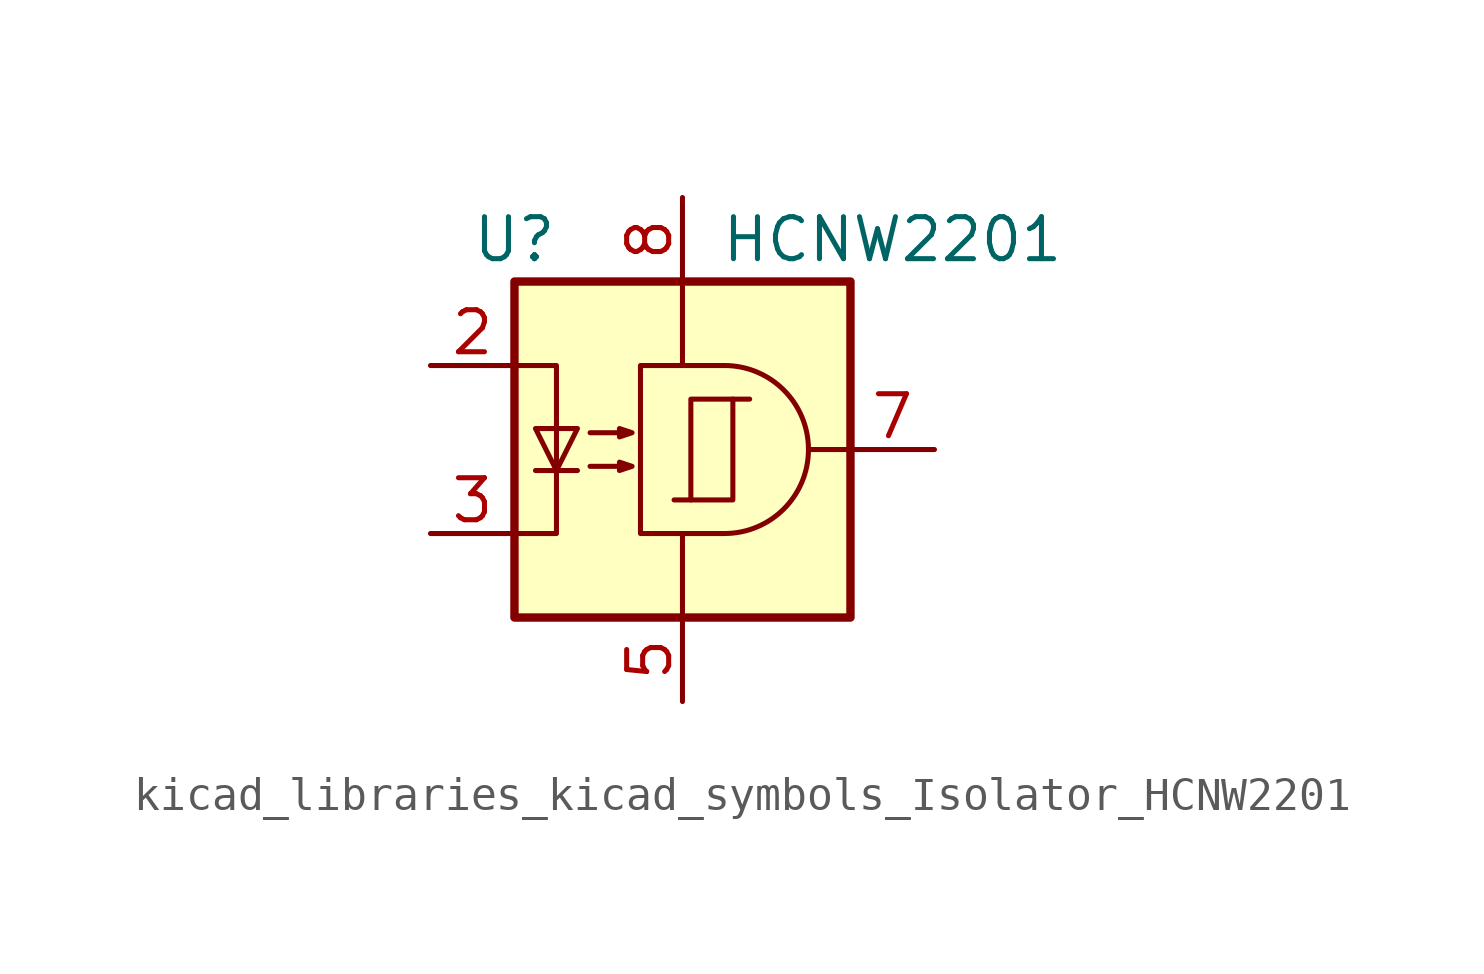
<source format=kicad_sym>
(kicad_symbol_lib
  (version 20220914)
  (generator kicad_symbol_editor)
  (symbol "kicad_libraries_kicad_symbols_Isolator_HCNW2201"
    (property "Reference" "U"
      (at -5.08 6.35 0)
      (effects (font (size 1.27 1.27))))
    (property "Value" "HCNW2201"
      (at 6.35 6.35 0)
      (effects (font (size 1.27 1.27))))
    (symbol "kicad_libraries_kicad_symbols_Isolator_HCNW2201_0_1"
      (polyline (pts (xy 5.08 0) (xy 3.81 0)) (stroke (width 0) (type default)) (fill (type none))))
    (symbol "kicad_libraries_kicad_symbols_Isolator_HCNW2201_1_1"
      (rectangle (start -5.08 5.08) (end 5.08 -5.08) (stroke (width 0.254) (type default)) (fill (type background)))
      (polyline (pts (xy -4.445 -0.635) (xy -3.175 -0.635)) (stroke (width 0) (type default)) (fill (type none)))
      (polyline (pts (xy 0 2.54) (xy 0 5.08)) (stroke (width 0) (type default)) (fill (type none)))
      (polyline (pts (xy 0.254 -1.524) (xy -0.254 -1.524)) (stroke (width 0) (type default)) (fill (type none)))
      (polyline (pts (xy 1.524 1.524) (xy 2.032 1.524)) (stroke (width 0) (type default)) (fill (type none)))
      (polyline (pts (xy 0 -2.54) (xy 0 -5.08) (xy 0 -3.81)) (stroke (width 0) (type default)) (fill (type none)))
      (polyline (pts (xy -5.08 -2.54) (xy -3.81 -2.54) (xy -3.81 2.54) (xy -5.08 2.54)) (stroke (width 0) (type default)) (fill (type none)))
      (polyline (pts (xy -3.81 -0.635) (xy -4.445 0.635) (xy -3.175 0.635) (xy -3.81 -0.635)) (stroke (width 0) (type default)) (fill (type none)))
      (polyline (pts (xy 1.27 -2.54) (xy -1.27 -2.54) (xy -1.27 2.54) (xy 1.27 2.54)) (stroke (width 0) (type default)) (fill (type none)))
      (polyline (pts (xy -2.794 -0.508) (xy -1.524 -0.508) (xy -1.905 -0.635) (xy -1.905 -0.381) (xy -1.524 -0.508)) (stroke (width 0) (type default)) (fill (type none)))
      (polyline (pts (xy -2.794 0.508) (xy -1.524 0.508) (xy -1.905 0.381) (xy -1.905 0.635) (xy -1.524 0.508)) (stroke (width 0) (type default)) (fill (type none)))
      (rectangle (start 0.254 1.524) (end 1.524 -1.524) (stroke (width 0) (type default)) (fill (type none)))
      (arc (start 1.27 -2.54) (mid 3.799 0) (end 1.27 2.54) (stroke (width 0) (type default)) (fill (type none)))
      (pin no_connect line (at -5.08 0 0) (length 2.54) hide (name "~" (effects (font (size 1.27 1.27)))) (number "1" (effects (font (size 1.27 1.27)))))
      (pin passive line (at -7.62 2.54 0) (length 2.54) (name "~" (effects (font (size 1.27 1.27)))) (number "2" (effects (font (size 1.27 1.27)))))
      (pin passive line (at -7.62 -2.54 0) (length 2.54) (name "~" (effects (font (size 1.27 1.27)))) (number "3" (effects (font (size 1.27 1.27)))))
      (pin no_connect line (at -5.08 -5.08 0) (length 2.54) hide (name "~" (effects (font (size 1.27 1.27)))) (number "4" (effects (font (size 1.27 1.27)))))
      (pin power_in line (at 0 -7.62 90) (length 2.54) (name "~" (effects (font (size 1.27 1.27)))) (number "5" (effects (font (size 1.27 1.27)))))
      (pin no_connect line (at 5.08 -2.54 180) (length 2.54) hide (name "~" (effects (font (size 1.27 1.27)))) (number "6" (effects (font (size 1.27 1.27)))))
      (pin output line (at 7.62 0 180) (length 2.54) (name "~" (effects (font (size 1.27 1.27)))) (number "7" (effects (font (size 1.27 1.27)))))
      (pin power_in line (at 0 7.62 270) (length 2.54) (name "~" (effects (font (size 1.27 1.27)))) (number "8" (effects (font (size 1.27 1.27))))))))
</source>
